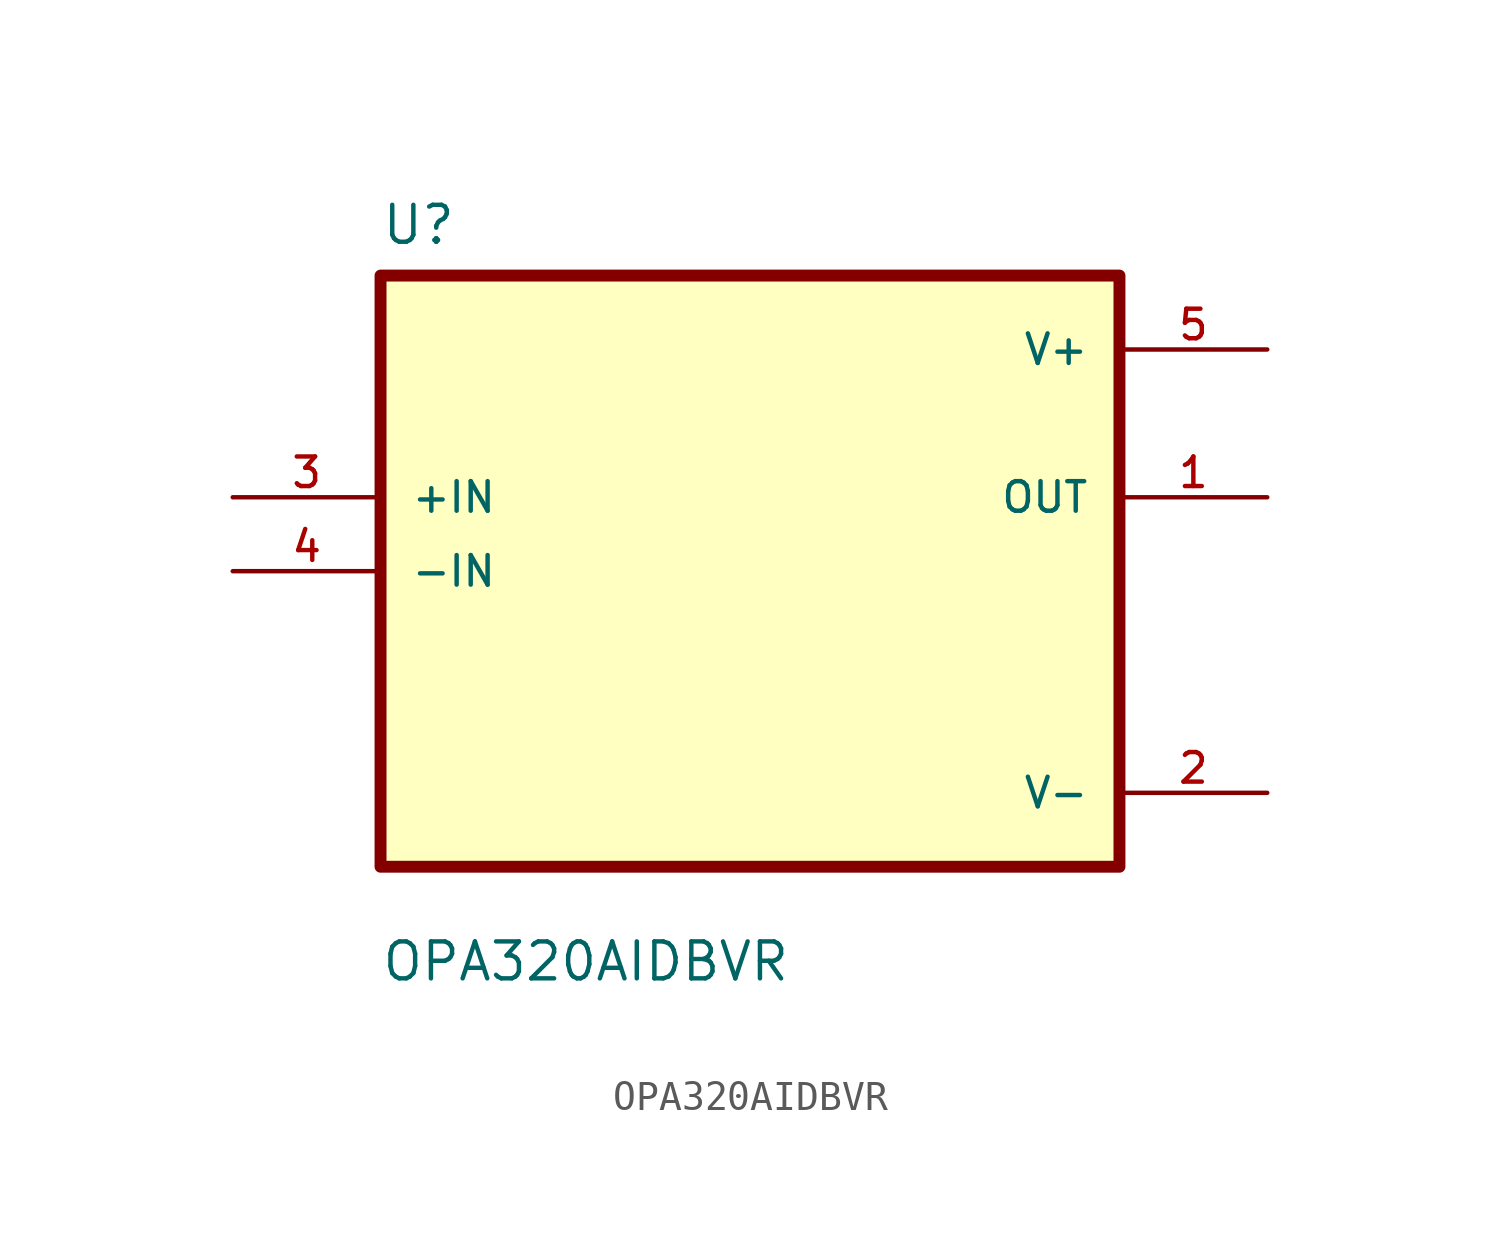
<source format=kicad_sym>
(kicad_symbol_lib
  (version 20211014)
  (generator kicad_symbol_editor)
  (symbol "OPA320AIDBVR"
    (pin_names
      (offset 1.016))
    (property "Reference" "U"
      (at -12.7 11.16 0.0)
      (effects (font (size 1.27 1.27)) (justify bottom left)))
    (property "Value" "OPA320AIDBVR"
      (at -12.7 -14.16 0.0)
      (effects (font (size 1.27 1.27)) (justify bottom left)))
    (symbol "OPA320AIDBVR_0_0"
      (rectangle (start -12.7 -10.16) (end 12.7 10.16) (stroke (width 0.41)) (fill (type background)))
      (pin input line (at -17.78 2.54 0) (length 5.08) (name "+IN" (effects (font (size 1.016 1.016)))) (number "3" (effects (font (size 1.016 1.016)))))
      (pin input line (at -17.78 0.0 0) (length 5.08) (name "-IN" (effects (font (size 1.016 1.016)))) (number "4" (effects (font (size 1.016 1.016)))))
      (pin power_in line (at 17.78 7.62 180.0) (length 5.08) (name "V+" (effects (font (size 1.016 1.016)))) (number "5" (effects (font (size 1.016 1.016)))))
      (pin output line (at 17.78 2.54 180.0) (length 5.08) (name "OUT" (effects (font (size 1.016 1.016)))) (number "1" (effects (font (size 1.016 1.016)))))
      (pin power_in line (at 17.78 -7.62 180.0) (length 5.08) (name "V-" (effects (font (size 1.016 1.016)))) (number "2" (effects (font (size 1.016 1.016))))))))
</source>
